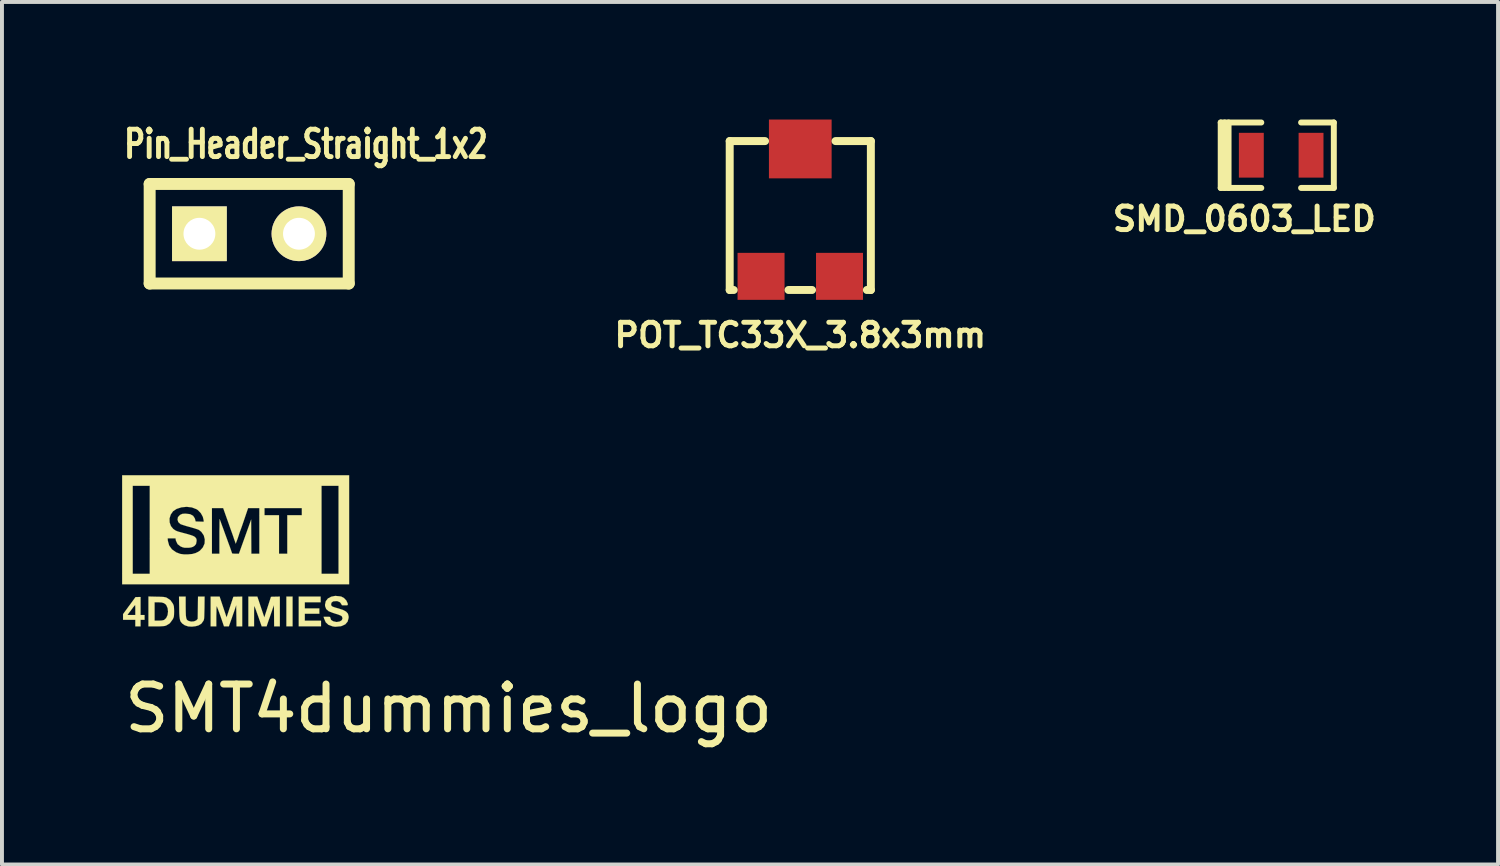
<source format=kicad_pcb>
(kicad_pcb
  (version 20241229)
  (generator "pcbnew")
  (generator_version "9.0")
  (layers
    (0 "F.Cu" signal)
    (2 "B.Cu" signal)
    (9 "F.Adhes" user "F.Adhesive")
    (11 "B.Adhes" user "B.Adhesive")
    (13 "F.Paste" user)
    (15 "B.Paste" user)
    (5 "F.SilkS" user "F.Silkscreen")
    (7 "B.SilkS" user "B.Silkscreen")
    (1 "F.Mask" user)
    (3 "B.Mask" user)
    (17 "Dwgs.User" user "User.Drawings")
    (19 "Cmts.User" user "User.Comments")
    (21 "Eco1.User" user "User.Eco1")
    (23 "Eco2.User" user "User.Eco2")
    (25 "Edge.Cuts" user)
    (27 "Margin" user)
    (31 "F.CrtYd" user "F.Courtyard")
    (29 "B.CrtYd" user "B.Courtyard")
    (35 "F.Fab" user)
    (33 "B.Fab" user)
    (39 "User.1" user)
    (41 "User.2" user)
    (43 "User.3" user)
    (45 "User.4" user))
  (footprint "SMT4dummies_logo"
    (layer "F.Cu")
    (at 2.963 10.889)
    (property "Reference" "SMT4dummies_logo" (at 5.436 4.14 0) (layer "F.SilkS") (effects (font (size 1.143 1.143) (thickness 0.178))))
    (attr through_hole)
    (fp_poly (pts (xy 1.453 2.045) (xy 1.453 1.285) (xy 1.295 1.285) (xy 1.295 2.045) (xy 1.453 2.045)) (stroke (width 0.003) (type solid)) (fill yes) (layer "F.SilkS"))
    (fp_poly (pts (xy 2.179 2.045) (xy 2.179 1.9) (xy 1.765 1.9) (xy 1.765 1.722) (xy 2.136 1.722) (xy 2.136 1.587) (xy 1.765 1.587) (xy 1.765 1.43) (xy 2.169 1.43) (xy 2.169 1.285) (xy 1.61 1.285) (xy 1.61 2.045) (xy 2.179 2.045)) (stroke (width 0.003) (type solid)) (fill yes) (layer "F.SilkS"))
    (fp_poly (pts (xy -2.426 2.045) (xy -2.426 1.877) (xy -2.324 1.877) (xy -2.324 1.755) (xy -2.426 1.755) (xy -2.426 1.295) (xy -2.555 1.298) (xy -2.873 1.732) (xy -2.873 1.877) (xy -2.761 1.877) (xy -2.761 1.755) (xy -2.731 1.712) (xy -2.713 1.689) (xy -2.659 1.618) (xy -2.614 1.557) (xy -2.578 1.514) (xy -2.563 1.499) (xy -2.563 1.511) (xy -2.56 1.557) (xy -2.56 1.626) (xy -2.56 1.755) (xy -2.761 1.755) (xy -2.761 1.877) (xy -2.56 1.877) (xy -2.56 2.045) (xy -2.426 2.045)) (stroke (width 0.003) (type solid)) (fill yes) (layer "F.SilkS"))
    (fp_poly (pts (xy 0.168 2.045) (xy 0.168 1.285) (xy -0.058 1.29) (xy -0.231 1.816) (xy -0.409 1.285) (xy -0.638 1.285) (xy -0.638 2.045) (xy -0.493 2.045) (xy -0.493 1.778) (xy -0.49 1.676) (xy -0.49 1.595) (xy -0.485 1.544) (xy -0.483 1.527) (xy -0.472 1.552) (xy -0.45 1.608) (xy -0.419 1.692) (xy -0.384 1.791) (xy -0.297 2.045) (xy -0.173 2.045) (xy -0.097 1.831) (xy -0.064 1.735) (xy -0.033 1.648) (xy -0.013 1.587) (xy 0.015 1.504) (xy 0.023 2.045) (xy 0.168 2.045)) (stroke (width 0.003) (type solid)) (fill yes) (layer "F.SilkS"))
    (fp_poly (pts (xy 1.128 2.045) (xy 1.128 1.285) (xy 0.902 1.29) (xy 0.732 1.816) (xy 0.554 1.285) (xy 0.325 1.285) (xy 0.325 2.045) (xy 0.47 2.045) (xy 0.47 1.778) (xy 0.47 1.676) (xy 0.472 1.595) (xy 0.475 1.544) (xy 0.48 1.527) (xy 0.49 1.552) (xy 0.511 1.608) (xy 0.541 1.692) (xy 0.577 1.791) (xy 0.665 2.045) (xy 0.79 2.045) (xy 0.853 1.859) (xy 0.864 1.831) (xy 0.897 1.735) (xy 0.927 1.648) (xy 0.947 1.587) (xy 0.978 1.504) (xy 0.983 2.045) (xy 1.128 2.045)) (stroke (width 0.003) (type solid)) (fill yes) (layer "F.SilkS"))
    (fp_poly (pts (xy -1.118 2.052) (xy -1.026 2.042) (xy -0.953 2.022) (xy -0.95 2.022) (xy -0.874 1.976) (xy -0.823 1.905) (xy -0.815 1.89) (xy -0.808 1.864) (xy -0.803 1.831) (xy -0.8 1.775) (xy -0.798 1.692) (xy -0.795 1.572) (xy -0.792 1.285) (xy -0.96 1.285) (xy -0.968 1.854) (xy -0.998 1.885) (xy -1.003 1.892) (xy -1.064 1.918) (xy -1.138 1.923) (xy -1.204 1.905) (xy -1.232 1.887) (xy -1.25 1.864) (xy -1.262 1.824) (xy -1.27 1.765) (xy -1.273 1.676) (xy -1.275 1.549) (xy -1.275 1.285) (xy -1.445 1.285) (xy -1.44 1.582) (xy -1.438 1.704) (xy -1.433 1.791) (xy -1.425 1.852) (xy -1.415 1.895) (xy -1.4 1.928) (xy -1.374 1.958) (xy -1.364 1.971) (xy -1.298 2.017) (xy -1.214 2.045) (xy -1.204 2.047) (xy -1.118 2.052)) (stroke (width 0.003) (type solid)) (fill yes) (layer "F.SilkS"))
    (fp_poly (pts (xy -2.047 2.045) (xy -2.032 2.045) (xy -1.938 2.045) (xy -1.862 2.04) (xy -1.811 2.035) (xy -1.77 2.022) (xy -1.679 1.966) (xy -1.61 1.872) (xy -1.605 1.864) (xy -1.585 1.824) (xy -1.575 1.786) (xy -1.572 1.737) (xy -1.57 1.661) (xy -1.572 1.593) (xy -1.575 1.539) (xy -1.585 1.501) (xy -1.603 1.463) (xy -1.664 1.377) (xy -1.763 1.311) (xy -1.791 1.303) (xy -1.836 1.295) (xy -1.908 1.29) (xy -2.014 1.288) (xy -2.225 1.283) (xy -2.225 2.045) (xy -2.068 2.045) (xy -2.068 1.9) (xy -2.068 1.43) (xy -1.968 1.43) (xy -1.885 1.435) (xy -1.829 1.453) (xy -1.786 1.483) (xy -1.768 1.506) (xy -1.735 1.58) (xy -1.725 1.669) (xy -1.737 1.758) (xy -1.773 1.834) (xy -1.826 1.882) (xy -1.88 1.895) (xy -1.966 1.9) (xy -2.068 1.9) (xy -2.068 2.045) (xy -2.047 2.045)) (stroke (width 0.003) (type solid)) (fill yes) (layer "F.SilkS"))
    (fp_poly (pts (xy 2.54 2.055) (xy 2.685 2.042) (xy 2.7 2.037) (xy 2.797 1.994) (xy 2.857 1.925) (xy 2.883 1.829) (xy 2.883 1.788) (xy 2.865 1.72) (xy 2.819 1.669) (xy 2.741 1.626) (xy 2.621 1.587) (xy 2.583 1.577) (xy 2.507 1.554) (xy 2.461 1.534) (xy 2.441 1.511) (xy 2.436 1.481) (xy 2.446 1.44) (xy 2.489 1.407) (xy 2.568 1.4) (xy 2.598 1.402) (xy 2.664 1.43) (xy 2.7 1.481) (xy 2.7 1.483) (xy 2.708 1.501) (xy 2.731 1.509) (xy 2.784 1.509) (xy 2.786 1.509) (xy 2.837 1.509) (xy 2.857 1.501) (xy 2.863 1.483) (xy 2.857 1.455) (xy 2.824 1.384) (xy 2.766 1.323) (xy 2.697 1.285) (xy 2.659 1.278) (xy 2.543 1.267) (xy 2.438 1.288) (xy 2.355 1.333) (xy 2.301 1.402) (xy 2.281 1.491) (xy 2.283 1.529) (xy 2.311 1.603) (xy 2.375 1.659) (xy 2.477 1.699) (xy 2.532 1.717) (xy 2.614 1.742) (xy 2.667 1.763) (xy 2.697 1.778) (xy 2.713 1.793) (xy 2.728 1.839) (xy 2.71 1.887) (xy 2.659 1.92) (xy 2.586 1.933) (xy 2.57 1.933) (xy 2.489 1.915) (xy 2.436 1.88) (xy 2.416 1.826) (xy 2.416 1.821) (xy 2.408 1.806) (xy 2.385 1.801) (xy 2.332 1.801) (xy 2.245 1.801) (xy 2.253 1.831) (xy 2.256 1.841) (xy 2.299 1.941) (xy 2.37 2.007) (xy 2.474 2.045) (xy 2.54 2.055)) (stroke (width 0.003) (type solid)) (fill yes) (layer "F.SilkS"))
    (fp_poly (pts (xy 2.896 0.973) (xy 2.896 -1.811) (xy -2.896 -1.811) (xy -2.896 0.973) (xy -2.626 0.973) (xy -2.626 0.704) (xy -2.626 -1.542) (xy -2.192 -1.542) (xy -2.192 0.704) (xy -2.626 0.704) (xy -2.626 0.973) (xy -1.214 0.973) (xy -1.214 0.208) (xy -1.321 0.208) (xy -1.412 0.196) (xy -1.519 0.155) (xy -1.626 0.079) (xy -1.697 -0.02) (xy -1.73 -0.14) (xy -1.735 -0.201) (xy -1.534 -0.201) (xy -1.527 -0.16) (xy -1.521 -0.137) (xy -1.481 -0.053) (xy -1.405 0.005) (xy -1.394 0.01) (xy -1.349 0.028) (xy -1.303 0.038) (xy -1.237 0.038) (xy -1.189 0.038) (xy -1.133 0.03) (xy -1.09 0.015) (xy -1.049 -0.01) (xy -1.011 -0.056) (xy -0.998 -0.122) (xy -0.996 -0.15) (xy -1.001 -0.188) (xy -1.024 -0.221) (xy -1.026 -0.224) (xy -1.049 -0.244) (xy -1.087 -0.264) (xy -1.143 -0.284) (xy -1.229 -0.31) (xy -1.354 -0.343) (xy -1.438 -0.366) (xy -1.496 -0.384) (xy -1.542 -0.406) (xy -1.585 -0.437) (xy -1.59 -0.439) (xy -1.651 -0.513) (xy -1.684 -0.607) (xy -1.687 -0.709) (xy -1.656 -0.808) (xy -1.598 -0.892) (xy -1.506 -0.953) (xy -1.382 -0.993) (xy -1.25 -1.006) (xy -1.118 -0.991) (xy -0.998 -0.945) (xy -0.96 -0.919) (xy -0.886 -0.841) (xy -0.836 -0.749) (xy -0.815 -0.658) (xy -0.815 -0.625) (xy -1.021 -0.632) (xy -1.034 -0.683) (xy -1.041 -0.709) (xy -1.085 -0.777) (xy -1.161 -0.818) (xy -1.27 -0.831) (xy -1.303 -0.831) (xy -1.361 -0.826) (xy -1.407 -0.805) (xy -1.42 -0.798) (xy -1.471 -0.744) (xy -1.483 -0.678) (xy -1.463 -0.615) (xy -1.407 -0.564) (xy -1.394 -0.559) (xy -1.341 -0.541) (xy -1.262 -0.516) (xy -1.168 -0.49) (xy -1.125 -0.478) (xy -1.036 -0.452) (xy -0.968 -0.429) (xy -0.932 -0.414) (xy -0.874 -0.366) (xy -0.813 -0.277) (xy -0.787 -0.175) (xy -0.792 -0.069) (xy -0.836 0.03) (xy -0.912 0.114) (xy -0.965 0.147) (xy -1.034 0.18) (xy -1.107 0.198) (xy -1.214 0.208) (xy -1.214 0.973) (xy 0.401 0.973) (xy 0.401 0.191) (xy 0.396 -0.681) (xy 0.084 0.191) (xy -0.003 0.191) (xy -0.02 0.191) (xy -0.069 0.188) (xy -0.089 0.185) (xy -0.097 0.163) (xy -0.117 0.104) (xy -0.147 0.018) (xy -0.185 -0.084) (xy -0.226 -0.198) (xy -0.269 -0.315) (xy -0.31 -0.429) (xy -0.348 -0.531) (xy -0.378 -0.615) (xy -0.399 -0.671) (xy -0.406 -0.691) (xy -0.409 -0.691) (xy -0.409 -0.663) (xy -0.411 -0.599) (xy -0.411 -0.505) (xy -0.414 -0.389) (xy -0.414 -0.254) (xy -0.414 0.191) (xy -0.605 0.191) (xy -0.605 -0.973) (xy -0.318 -0.973) (xy -0.18 -0.584) (xy -0.14 -0.47) (xy -0.097 -0.351) (xy -0.061 -0.249) (xy -0.036 -0.173) (xy -0.02 -0.13) (xy 0.003 -0.066) (xy 0.033 -0.147) (xy 0.046 -0.18) (xy 0.071 -0.254) (xy 0.104 -0.356) (xy 0.147 -0.472) (xy 0.191 -0.599) (xy 0.318 -0.973) (xy 0.605 -0.973) (xy 0.605 0.191) (xy 0.401 0.191) (xy 0.401 0.973) (xy 1.107 0.973) (xy 1.107 0.191) (xy 1.107 -0.792) (xy 0.737 -0.792) (xy 0.737 -0.973) (xy 1.689 -0.973) (xy 1.689 -0.792) (xy 1.318 -0.792) (xy 1.318 0.191) (xy 1.107 0.191) (xy 1.107 0.973) (xy 2.192 0.973) (xy 2.192 0.704) (xy 2.192 -1.542) (xy 2.626 -1.542) (xy 2.626 0.704) (xy 2.192 0.704) (xy 2.192 0.973) (xy 2.896 0.973)) (stroke (width 0.003) (type solid)) (fill yes) (layer "F.SilkS")))
  (footprint "POT_TC33X_3.8x3mm"
    (layer "F.Cu")
    (at 17.372 2.201)
    (property "Reference" "POT_TC33X_3.8x3mm" (at 0 3.302 0) (layer "F.SilkS") (effects (font (size 0.6 0.6) (thickness 0.127))))
    (attr smd)
    (fp_line (start -1.801 -1.651) (end -1.801 2.149) (stroke (width 0.203) (type solid)) (layer "F.SilkS"))
    (fp_line (start -1.801 -1.651) (end -0.899 -1.651) (stroke (width 0.203) (type solid)) (layer "F.SilkS"))
    (fp_line (start -1.801 2.149) (end -1.699 2.149) (stroke (width 0.203) (type solid)) (layer "F.SilkS"))
    (fp_line (start -0.3 2.149) (end 0.3 2.149) (stroke (width 0.203) (type solid)) (layer "F.SilkS"))
    (fp_line (start 1.801 -1.651) (end 0.899 -1.651) (stroke (width 0.203) (type solid)) (layer "F.SilkS"))
    (fp_line (start 1.801 -1.651) (end 1.801 2.149) (stroke (width 0.203) (type solid)) (layer "F.SilkS"))
    (fp_line (start 1.801 2.149) (end 1.699 2.149) (stroke (width 0.203) (type solid)) (layer "F.SilkS"))
    (pad "1" smd rect (at -1.001 1.801) (size 1.199 1.199) (layers "F.Cu" "F.Mask" "F.Paste"))
    (pad "2" smd rect (at 0 -1.45) (size 1.6 1.501) (layers "F.Cu" "F.Mask" "F.Paste"))
    (pad "3" smd rect (at 1.001 1.801) (size 1.199 1.199) (layers "F.Cu" "F.Mask" "F.Paste")))
  (footprint "SMD_0603_LED"
    (layer "F.Cu")
    (at 29.644 0.911)
    (property "Reference" "SMD_0603_LED" (at -0.94 1.626 0) (layer "F.SilkS") (effects (font (size 0.6 0.6) (thickness 0.127))))
    (attr smd)
    (fp_line (start -1.543 -0.835) (end -1.543 0.835) (stroke (width 0.152) (type solid)) (layer "F.SilkS"))
    (fp_line (start -1.543 -0.835) (end -0.508 -0.835) (stroke (width 0.152) (type solid)) (layer "F.SilkS"))
    (fp_line (start -1.543 0.835) (end -0.508 0.835) (stroke (width 0.152) (type solid)) (layer "F.SilkS"))
    (fp_line (start -1.443 -0.835) (end -1.443 0.835) (stroke (width 0.152) (type solid)) (layer "F.SilkS"))
    (fp_line (start -1.343 -0.835) (end -1.343 0.835) (stroke (width 0.152) (type solid)) (layer "F.SilkS"))
    (fp_line (start 1.343 -0.835) (end 0.508 -0.835) (stroke (width 0.152) (type solid)) (layer "F.SilkS"))
    (fp_line (start 1.343 -0.835) (end 1.343 0.835) (stroke (width 0.152) (type solid)) (layer "F.SilkS"))
    (fp_line (start 1.343 0.835) (end 0.508 0.835) (stroke (width 0.152) (type solid)) (layer "F.SilkS"))
    (pad "1" smd rect (at -0.762 0) (size 0.635 1.143) (layers "F.Cu" "F.Mask" "F.Paste"))
    (pad "2" smd rect (at 0.762 0) (size 0.635 1.143) (layers "F.Cu" "F.Mask" "F.Paste")))
  (footprint "Pin_Header_Straight_1x2"
    (layer "F.Cu")
    (at 3.309 2.915)
    (property "Reference" "Pin_Header_Straight_1x2" (at 1.448 -2.286 180) (layer "F.SilkS") (effects (font (size 0.7 0.5) (thickness 0.125))))
    (attr through_hole)
    (fp_line (start -2.54 -1.27) (end 2.54 -1.27) (stroke (width 0.305) (type solid)) (layer "F.SilkS"))
    (fp_line (start -2.54 1.27) (end -2.54 -1.27) (stroke (width 0.305) (type solid)) (layer "F.SilkS"))
    (fp_line (start 2.54 -1.27) (end 2.54 1.27) (stroke (width 0.305) (type solid)) (layer "F.SilkS"))
    (fp_line (start 2.54 1.27) (end -2.54 1.27) (stroke (width 0.305) (type solid)) (layer "F.SilkS"))
    (pad "1" thru_hole rect (at -1.27 0) (size 1.397 1.397) (drill 0.813) (layers "*.Cu" "*.Mask" "F.SilkS"))
    (pad "2" thru_hole circle (at 1.27 0) (size 1.397 1.397) (drill 0.813) (layers "*.Cu" "*.Mask" "F.SilkS")))
  (gr_rect
    (start -3 -3)
    (end 35.178 19.01)
    (stroke (width 0.1) (type default))
    (fill no)
    (layer "Edge.Cuts")))
</source>
